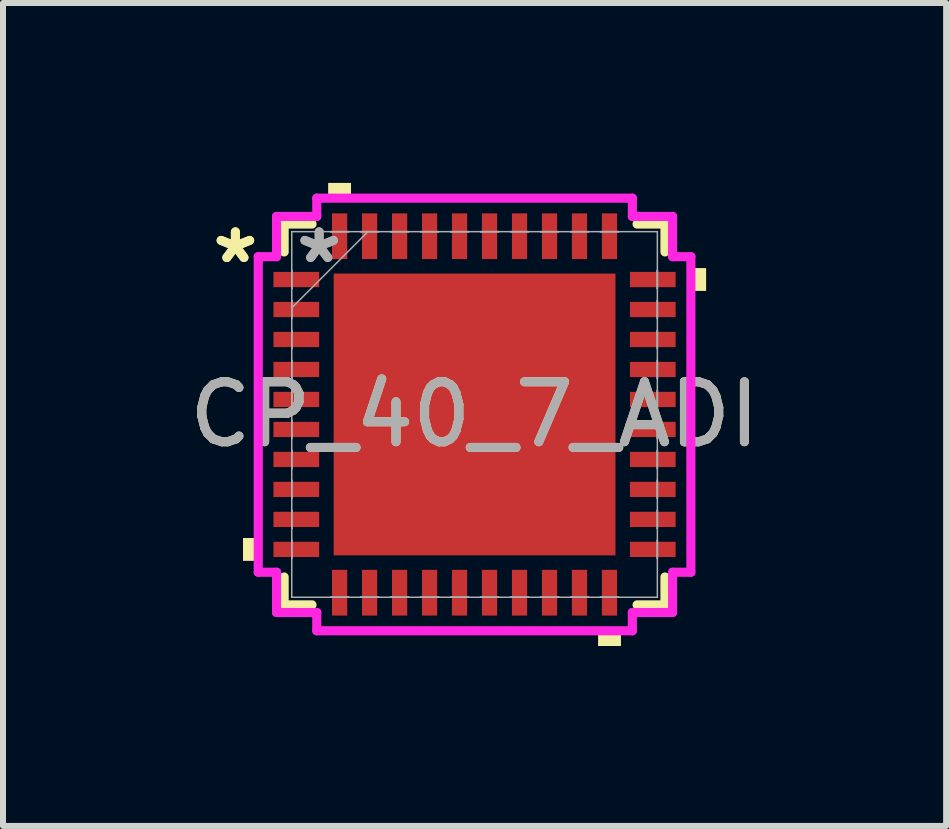
<source format=kicad_pcb>
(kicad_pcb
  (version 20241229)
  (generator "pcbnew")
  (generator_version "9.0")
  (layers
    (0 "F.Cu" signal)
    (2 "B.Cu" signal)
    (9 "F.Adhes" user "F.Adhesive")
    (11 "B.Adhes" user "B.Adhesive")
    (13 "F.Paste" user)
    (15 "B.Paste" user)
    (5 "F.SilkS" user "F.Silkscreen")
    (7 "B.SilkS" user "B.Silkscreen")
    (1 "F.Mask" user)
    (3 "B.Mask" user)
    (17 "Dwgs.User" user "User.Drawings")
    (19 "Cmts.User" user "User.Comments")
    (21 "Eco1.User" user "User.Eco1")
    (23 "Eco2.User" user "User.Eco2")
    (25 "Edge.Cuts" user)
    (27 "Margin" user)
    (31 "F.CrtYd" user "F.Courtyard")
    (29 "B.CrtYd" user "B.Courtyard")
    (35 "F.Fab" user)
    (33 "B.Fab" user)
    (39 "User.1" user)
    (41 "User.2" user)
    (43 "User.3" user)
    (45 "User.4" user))
  (footprint "CP_40_7_ADI"
    (layer "F.Cu")
    (at 4.863 3.861)
    (property "Reference" "CP_40_7_ADI" (at 0 0 0) (unlocked yes) (layer "F.SilkS") (effects (font (size 1 1) (thickness 0.15))))
    (attr smd)
    (fp_line (start -3.175 -3.175) (end -3.175 -2.71) (stroke (width 0.152) (type solid)) (layer "F.SilkS"))
    (fp_line (start -3.175 2.71) (end -3.175 3.175) (stroke (width 0.152) (type solid)) (layer "F.SilkS"))
    (fp_line (start -3.175 3.175) (end -2.71 3.175) (stroke (width 0.152) (type solid)) (layer "F.SilkS"))
    (fp_line (start -2.71 -3.175) (end -3.175 -3.175) (stroke (width 0.152) (type solid)) (layer "F.SilkS"))
    (fp_line (start 2.71 3.175) (end 3.175 3.175) (stroke (width 0.152) (type solid)) (layer "F.SilkS"))
    (fp_line (start 3.175 -3.175) (end 2.71 -3.175) (stroke (width 0.152) (type solid)) (layer "F.SilkS"))
    (fp_line (start 3.175 -2.71) (end 3.175 -3.175) (stroke (width 0.152) (type solid)) (layer "F.SilkS"))
    (fp_line (start 3.175 3.175) (end 3.175 2.71) (stroke (width 0.152) (type solid)) (layer "F.SilkS"))
    (fp_poly (pts (xy -3.861 2.06) (xy -3.861 2.441) (xy -3.607 2.441) (xy -3.607 2.06)) (stroke (width 0) (type solid)) (fill yes) (layer "F.SilkS"))
    (fp_poly (pts (xy -2.441 -3.607) (xy -2.441 -3.861) (xy -2.06 -3.861) (xy -2.06 -3.607)) (stroke (width 0) (type solid)) (fill yes) (layer "F.SilkS"))
    (fp_poly (pts (xy 2.06 3.607) (xy 2.06 3.861) (xy 2.441 3.861) (xy 2.441 3.607)) (stroke (width 0) (type solid)) (fill yes) (layer "F.SilkS"))
    (fp_poly (pts (xy 3.861 -2.441) (xy 3.861 -2.06) (xy 3.607 -2.06) (xy 3.607 -2.441)) (stroke (width 0) (type solid)) (fill yes) (layer "F.SilkS"))
    (fp_poly (pts (xy -2.249 -2.249) (xy -2.249 -0.883) (xy -0.883 -0.883) (xy -0.883 -2.249)) (stroke (width 0) (type solid)) (fill yes) (layer "F.Paste"))
    (fp_poly (pts (xy -2.249 -0.683) (xy -2.249 0.683) (xy -0.883 0.683) (xy -0.883 -0.683)) (stroke (width 0) (type solid)) (fill yes) (layer "F.Paste"))
    (fp_poly (pts (xy -2.249 0.883) (xy -2.249 2.249) (xy -0.883 2.249) (xy -0.883 0.883)) (stroke (width 0) (type solid)) (fill yes) (layer "F.Paste"))
    (fp_poly (pts (xy -0.683 -2.249) (xy -0.683 -0.883) (xy 0.683 -0.883) (xy 0.683 -2.249)) (stroke (width 0) (type solid)) (fill yes) (layer "F.Paste"))
    (fp_poly (pts (xy -0.683 -0.683) (xy -0.683 0.683) (xy 0.683 0.683) (xy 0.683 -0.683)) (stroke (width 0) (type solid)) (fill yes) (layer "F.Paste"))
    (fp_poly (pts (xy -0.683 0.883) (xy -0.683 2.249) (xy 0.683 2.249) (xy 0.683 0.883)) (stroke (width 0) (type solid)) (fill yes) (layer "F.Paste"))
    (fp_poly (pts (xy 0.883 -2.249) (xy 0.883 -0.883) (xy 2.249 -0.883) (xy 2.249 -2.249)) (stroke (width 0) (type solid)) (fill yes) (layer "F.Paste"))
    (fp_poly (pts (xy 0.883 -0.683) (xy 0.883 0.683) (xy 2.249 0.683) (xy 2.249 -0.683)) (stroke (width 0) (type solid)) (fill yes) (layer "F.Paste"))
    (fp_poly (pts (xy 0.883 0.883) (xy 0.883 2.249) (xy 2.249 2.249) (xy 2.249 0.883)) (stroke (width 0) (type solid)) (fill yes) (layer "F.Paste"))
    (fp_line (start -3.607 -2.631) (end -3.302 -2.631) (stroke (width 0.152) (type solid)) (layer "F.CrtYd"))
    (fp_line (start -3.607 2.631) (end -3.607 -2.631) (stroke (width 0.152) (type solid)) (layer "F.CrtYd"))
    (fp_line (start -3.302 -3.302) (end -2.631 -3.302) (stroke (width 0.152) (type solid)) (layer "F.CrtYd"))
    (fp_line (start -3.302 -2.631) (end -3.302 -3.302) (stroke (width 0.152) (type solid)) (layer "F.CrtYd"))
    (fp_line (start -3.302 2.631) (end -3.607 2.631) (stroke (width 0.152) (type solid)) (layer "F.CrtYd"))
    (fp_line (start -3.302 3.302) (end -3.302 2.631) (stroke (width 0.152) (type solid)) (layer "F.CrtYd"))
    (fp_line (start -2.631 -3.607) (end 2.631 -3.607) (stroke (width 0.152) (type solid)) (layer "F.CrtYd"))
    (fp_line (start -2.631 -3.302) (end -2.631 -3.607) (stroke (width 0.152) (type solid)) (layer "F.CrtYd"))
    (fp_line (start -2.631 3.302) (end -3.302 3.302) (stroke (width 0.152) (type solid)) (layer "F.CrtYd"))
    (fp_line (start -2.631 3.607) (end -2.631 3.302) (stroke (width 0.152) (type solid)) (layer "F.CrtYd"))
    (fp_line (start 2.631 -3.607) (end 2.631 -3.302) (stroke (width 0.152) (type solid)) (layer "F.CrtYd"))
    (fp_line (start 2.631 -3.302) (end 3.302 -3.302) (stroke (width 0.152) (type solid)) (layer "F.CrtYd"))
    (fp_line (start 2.631 3.302) (end 2.631 3.607) (stroke (width 0.152) (type solid)) (layer "F.CrtYd"))
    (fp_line (start 2.631 3.607) (end -2.631 3.607) (stroke (width 0.152) (type solid)) (layer "F.CrtYd"))
    (fp_line (start 3.302 -3.302) (end 3.302 -2.631) (stroke (width 0.152) (type solid)) (layer "F.CrtYd"))
    (fp_line (start 3.302 -2.631) (end 3.607 -2.631) (stroke (width 0.152) (type solid)) (layer "F.CrtYd"))
    (fp_line (start 3.302 2.631) (end 3.302 3.302) (stroke (width 0.152) (type solid)) (layer "F.CrtYd"))
    (fp_line (start 3.302 3.302) (end 2.631 3.302) (stroke (width 0.152) (type solid)) (layer "F.CrtYd"))
    (fp_line (start 3.607 -2.631) (end 3.607 2.631) (stroke (width 0.152) (type solid)) (layer "F.CrtYd"))
    (fp_line (start 3.607 2.631) (end 3.302 2.631) (stroke (width 0.152) (type solid)) (layer "F.CrtYd"))
    (fp_line (start -3.048 -3.048) (end -3.048 -3.048) (stroke (width 0.025) (type solid)) (layer "F.Fab"))
    (fp_line (start -3.048 -3.048) (end -3.048 3.048) (stroke (width 0.025) (type solid)) (layer "F.Fab"))
    (fp_line (start -3.048 -2.402) (end -3.048 -2.402) (stroke (width 0.025) (type solid)) (layer "F.Fab"))
    (fp_line (start -3.048 -2.402) (end -3.048 -2.098) (stroke (width 0.025) (type solid)) (layer "F.Fab"))
    (fp_line (start -3.048 -2.098) (end -3.048 -2.402) (stroke (width 0.025) (type solid)) (layer "F.Fab"))
    (fp_line (start -3.048 -2.098) (end -3.048 -2.098) (stroke (width 0.025) (type solid)) (layer "F.Fab"))
    (fp_line (start -3.048 -1.902) (end -3.048 -1.902) (stroke (width 0.025) (type solid)) (layer "F.Fab"))
    (fp_line (start -3.048 -1.902) (end -3.048 -1.598) (stroke (width 0.025) (type solid)) (layer "F.Fab"))
    (fp_line (start -3.048 -1.778) (end -1.778 -3.048) (stroke (width 0.025) (type solid)) (layer "F.Fab"))
    (fp_line (start -3.048 -1.598) (end -3.048 -1.902) (stroke (width 0.025) (type solid)) (layer "F.Fab"))
    (fp_line (start -3.048 -1.598) (end -3.048 -1.598) (stroke (width 0.025) (type solid)) (layer "F.Fab"))
    (fp_line (start -3.048 -1.402) (end -3.048 -1.402) (stroke (width 0.025) (type solid)) (layer "F.Fab"))
    (fp_line (start -3.048 -1.402) (end -3.048 -1.098) (stroke (width 0.025) (type solid)) (layer "F.Fab"))
    (fp_line (start -3.048 -1.098) (end -3.048 -1.402) (stroke (width 0.025) (type solid)) (layer "F.Fab"))
    (fp_line (start -3.048 -1.098) (end -3.048 -1.098) (stroke (width 0.025) (type solid)) (layer "F.Fab"))
    (fp_line (start -3.048 -0.902) (end -3.048 -0.902) (stroke (width 0.025) (type solid)) (layer "F.Fab"))
    (fp_line (start -3.048 -0.902) (end -3.048 -0.598) (stroke (width 0.025) (type solid)) (layer "F.Fab"))
    (fp_line (start -3.048 -0.598) (end -3.048 -0.902) (stroke (width 0.025) (type solid)) (layer "F.Fab"))
    (fp_line (start -3.048 -0.598) (end -3.048 -0.598) (stroke (width 0.025) (type solid)) (layer "F.Fab"))
    (fp_line (start -3.048 -0.402) (end -3.048 -0.402) (stroke (width 0.025) (type solid)) (layer "F.Fab"))
    (fp_line (start -3.048 -0.402) (end -3.048 -0.098) (stroke (width 0.025) (type solid)) (layer "F.Fab"))
    (fp_line (start -3.048 -0.098) (end -3.048 -0.402) (stroke (width 0.025) (type solid)) (layer "F.Fab"))
    (fp_line (start -3.048 -0.098) (end -3.048 -0.098) (stroke (width 0.025) (type solid)) (layer "F.Fab"))
    (fp_line (start -3.048 0.098) (end -3.048 0.098) (stroke (width 0.025) (type solid)) (layer "F.Fab"))
    (fp_line (start -3.048 0.098) (end -3.048 0.402) (stroke (width 0.025) (type solid)) (layer "F.Fab"))
    (fp_line (start -3.048 0.402) (end -3.048 0.098) (stroke (width 0.025) (type solid)) (layer "F.Fab"))
    (fp_line (start -3.048 0.402) (end -3.048 0.402) (stroke (width 0.025) (type solid)) (layer "F.Fab"))
    (fp_line (start -3.048 0.598) (end -3.048 0.598) (stroke (width 0.025) (type solid)) (layer "F.Fab"))
    (fp_line (start -3.048 0.598) (end -3.048 0.902) (stroke (width 0.025) (type solid)) (layer "F.Fab"))
    (fp_line (start -3.048 0.902) (end -3.048 0.598) (stroke (width 0.025) (type solid)) (layer "F.Fab"))
    (fp_line (start -3.048 0.902) (end -3.048 0.902) (stroke (width 0.025) (type solid)) (layer "F.Fab"))
    (fp_line (start -3.048 1.098) (end -3.048 1.098) (stroke (width 0.025) (type solid)) (layer "F.Fab"))
    (fp_line (start -3.048 1.098) (end -3.048 1.402) (stroke (width 0.025) (type solid)) (layer "F.Fab"))
    (fp_line (start -3.048 1.402) (end -3.048 1.098) (stroke (width 0.025) (type solid)) (layer "F.Fab"))
    (fp_line (start -3.048 1.402) (end -3.048 1.402) (stroke (width 0.025) (type solid)) (layer "F.Fab"))
    (fp_line (start -3.048 1.598) (end -3.048 1.598) (stroke (width 0.025) (type solid)) (layer "F.Fab"))
    (fp_line (start -3.048 1.598) (end -3.048 1.902) (stroke (width 0.025) (type solid)) (layer "F.Fab"))
    (fp_line (start -3.048 1.902) (end -3.048 1.598) (stroke (width 0.025) (type solid)) (layer "F.Fab"))
    (fp_line (start -3.048 1.902) (end -3.048 1.902) (stroke (width 0.025) (type solid)) (layer "F.Fab"))
    (fp_line (start -3.048 2.098) (end -3.048 2.098) (stroke (width 0.025) (type solid)) (layer "F.Fab"))
    (fp_line (start -3.048 2.098) (end -3.048 2.402) (stroke (width 0.025) (type solid)) (layer "F.Fab"))
    (fp_line (start -3.048 2.402) (end -3.048 2.098) (stroke (width 0.025) (type solid)) (layer "F.Fab"))
    (fp_line (start -3.048 2.402) (end -3.048 2.402) (stroke (width 0.025) (type solid)) (layer "F.Fab"))
    (fp_line (start -3.048 3.048) (end -3.048 3.048) (stroke (width 0.025) (type solid)) (layer "F.Fab"))
    (fp_line (start -3.048 3.048) (end 3.048 3.048) (stroke (width 0.025) (type solid)) (layer "F.Fab"))
    (fp_line (start -2.402 -3.048) (end -2.402 -3.048) (stroke (width 0.025) (type solid)) (layer "F.Fab"))
    (fp_line (start -2.402 -3.048) (end -2.098 -3.048) (stroke (width 0.025) (type solid)) (layer "F.Fab"))
    (fp_line (start -2.402 3.048) (end -2.402 3.048) (stroke (width 0.025) (type solid)) (layer "F.Fab"))
    (fp_line (start -2.402 3.048) (end -2.098 3.048) (stroke (width 0.025) (type solid)) (layer "F.Fab"))
    (fp_line (start -2.098 -3.048) (end -2.402 -3.048) (stroke (width 0.025) (type solid)) (layer "F.Fab"))
    (fp_line (start -2.098 -3.048) (end -2.098 -3.048) (stroke (width 0.025) (type solid)) (layer "F.Fab"))
    (fp_line (start -2.098 3.048) (end -2.402 3.048) (stroke (width 0.025) (type solid)) (layer "F.Fab"))
    (fp_line (start -2.098 3.048) (end -2.098 3.048) (stroke (width 0.025) (type solid)) (layer "F.Fab"))
    (fp_line (start -1.902 -3.048) (end -1.902 -3.048) (stroke (width 0.025) (type solid)) (layer "F.Fab"))
    (fp_line (start -1.902 -3.048) (end -1.598 -3.048) (stroke (width 0.025) (type solid)) (layer "F.Fab"))
    (fp_line (start -1.902 3.048) (end -1.902 3.048) (stroke (width 0.025) (type solid)) (layer "F.Fab"))
    (fp_line (start -1.902 3.048) (end -1.598 3.048) (stroke (width 0.025) (type solid)) (layer "F.Fab"))
    (fp_line (start -1.598 -3.048) (end -1.902 -3.048) (stroke (width 0.025) (type solid)) (layer "F.Fab"))
    (fp_line (start -1.598 -3.048) (end -1.598 -3.048) (stroke (width 0.025) (type solid)) (layer "F.Fab"))
    (fp_line (start -1.598 3.048) (end -1.902 3.048) (stroke (width 0.025) (type solid)) (layer "F.Fab"))
    (fp_line (start -1.598 3.048) (end -1.598 3.048) (stroke (width 0.025) (type solid)) (layer "F.Fab"))
    (fp_line (start -1.402 -3.048) (end -1.402 -3.048) (stroke (width 0.025) (type solid)) (layer "F.Fab"))
    (fp_line (start -1.402 -3.048) (end -1.098 -3.048) (stroke (width 0.025) (type solid)) (layer "F.Fab"))
    (fp_line (start -1.402 3.048) (end -1.402 3.048) (stroke (width 0.025) (type solid)) (layer "F.Fab"))
    (fp_line (start -1.402 3.048) (end -1.098 3.048) (stroke (width 0.025) (type solid)) (layer "F.Fab"))
    (fp_line (start -1.098 -3.048) (end -1.402 -3.048) (stroke (width 0.025) (type solid)) (layer "F.Fab"))
    (fp_line (start -1.098 -3.048) (end -1.098 -3.048) (stroke (width 0.025) (type solid)) (layer "F.Fab"))
    (fp_line (start -1.098 3.048) (end -1.402 3.048) (stroke (width 0.025) (type solid)) (layer "F.Fab"))
    (fp_line (start -1.098 3.048) (end -1.098 3.048) (stroke (width 0.025) (type solid)) (layer "F.Fab"))
    (fp_line (start -0.902 -3.048) (end -0.902 -3.048) (stroke (width 0.025) (type solid)) (layer "F.Fab"))
    (fp_line (start -0.902 -3.048) (end -0.598 -3.048) (stroke (width 0.025) (type solid)) (layer "F.Fab"))
    (fp_line (start -0.902 3.048) (end -0.902 3.048) (stroke (width 0.025) (type solid)) (layer "F.Fab"))
    (fp_line (start -0.902 3.048) (end -0.598 3.048) (stroke (width 0.025) (type solid)) (layer "F.Fab"))
    (fp_line (start -0.598 -3.048) (end -0.902 -3.048) (stroke (width 0.025) (type solid)) (layer "F.Fab"))
    (fp_line (start -0.598 -3.048) (end -0.598 -3.048) (stroke (width 0.025) (type solid)) (layer "F.Fab"))
    (fp_line (start -0.598 3.048) (end -0.902 3.048) (stroke (width 0.025) (type solid)) (layer "F.Fab"))
    (fp_line (start -0.598 3.048) (end -0.598 3.048) (stroke (width 0.025) (type solid)) (layer "F.Fab"))
    (fp_line (start -0.402 -3.048) (end -0.402 -3.048) (stroke (width 0.025) (type solid)) (layer "F.Fab"))
    (fp_line (start -0.402 -3.048) (end -0.098 -3.048) (stroke (width 0.025) (type solid)) (layer "F.Fab"))
    (fp_line (start -0.402 3.048) (end -0.402 3.048) (stroke (width 0.025) (type solid)) (layer "F.Fab"))
    (fp_line (start -0.402 3.048) (end -0.098 3.048) (stroke (width 0.025) (type solid)) (layer "F.Fab"))
    (fp_line (start -0.098 -3.048) (end -0.402 -3.048) (stroke (width 0.025) (type solid)) (layer "F.Fab"))
    (fp_line (start -0.098 -3.048) (end -0.098 -3.048) (stroke (width 0.025) (type solid)) (layer "F.Fab"))
    (fp_line (start -0.098 3.048) (end -0.402 3.048) (stroke (width 0.025) (type solid)) (layer "F.Fab"))
    (fp_line (start -0.098 3.048) (end -0.098 3.048) (stroke (width 0.025) (type solid)) (layer "F.Fab"))
    (fp_line (start 0.098 -3.048) (end 0.098 -3.048) (stroke (width 0.025) (type solid)) (layer "F.Fab"))
    (fp_line (start 0.098 -3.048) (end 0.402 -3.048) (stroke (width 0.025) (type solid)) (layer "F.Fab"))
    (fp_line (start 0.098 3.048) (end 0.098 3.048) (stroke (width 0.025) (type solid)) (layer "F.Fab"))
    (fp_line (start 0.098 3.048) (end 0.402 3.048) (stroke (width 0.025) (type solid)) (layer "F.Fab"))
    (fp_line (start 0.402 -3.048) (end 0.098 -3.048) (stroke (width 0.025) (type solid)) (layer "F.Fab"))
    (fp_line (start 0.402 -3.048) (end 0.402 -3.048) (stroke (width 0.025) (type solid)) (layer "F.Fab"))
    (fp_line (start 0.402 3.048) (end 0.098 3.048) (stroke (width 0.025) (type solid)) (layer "F.Fab"))
    (fp_line (start 0.402 3.048) (end 0.402 3.048) (stroke (width 0.025) (type solid)) (layer "F.Fab"))
    (fp_line (start 0.598 -3.048) (end 0.598 -3.048) (stroke (width 0.025) (type solid)) (layer "F.Fab"))
    (fp_line (start 0.598 -3.048) (end 0.902 -3.048) (stroke (width 0.025) (type solid)) (layer "F.Fab"))
    (fp_line (start 0.598 3.048) (end 0.598 3.048) (stroke (width 0.025) (type solid)) (layer "F.Fab"))
    (fp_line (start 0.598 3.048) (end 0.902 3.048) (stroke (width 0.025) (type solid)) (layer "F.Fab"))
    (fp_line (start 0.902 -3.048) (end 0.598 -3.048) (stroke (width 0.025) (type solid)) (layer "F.Fab"))
    (fp_line (start 0.902 -3.048) (end 0.902 -3.048) (stroke (width 0.025) (type solid)) (layer "F.Fab"))
    (fp_line (start 0.902 3.048) (end 0.598 3.048) (stroke (width 0.025) (type solid)) (layer "F.Fab"))
    (fp_line (start 0.902 3.048) (end 0.902 3.048) (stroke (width 0.025) (type solid)) (layer "F.Fab"))
    (fp_line (start 1.098 -3.048) (end 1.098 -3.048) (stroke (width 0.025) (type solid)) (layer "F.Fab"))
    (fp_line (start 1.098 -3.048) (end 1.402 -3.048) (stroke (width 0.025) (type solid)) (layer "F.Fab"))
    (fp_line (start 1.098 3.048) (end 1.098 3.048) (stroke (width 0.025) (type solid)) (layer "F.Fab"))
    (fp_line (start 1.098 3.048) (end 1.402 3.048) (stroke (width 0.025) (type solid)) (layer "F.Fab"))
    (fp_line (start 1.402 -3.048) (end 1.098 -3.048) (stroke (width 0.025) (type solid)) (layer "F.Fab"))
    (fp_line (start 1.402 -3.048) (end 1.402 -3.048) (stroke (width 0.025) (type solid)) (layer "F.Fab"))
    (fp_line (start 1.402 3.048) (end 1.098 3.048) (stroke (width 0.025) (type solid)) (layer "F.Fab"))
    (fp_line (start 1.402 3.048) (end 1.402 3.048) (stroke (width 0.025) (type solid)) (layer "F.Fab"))
    (fp_line (start 1.598 -3.048) (end 1.598 -3.048) (stroke (width 0.025) (type solid)) (layer "F.Fab"))
    (fp_line (start 1.598 -3.048) (end 1.902 -3.048) (stroke (width 0.025) (type solid)) (layer "F.Fab"))
    (fp_line (start 1.598 3.048) (end 1.598 3.048) (stroke (width 0.025) (type solid)) (layer "F.Fab"))
    (fp_line (start 1.598 3.048) (end 1.902 3.048) (stroke (width 0.025) (type solid)) (layer "F.Fab"))
    (fp_line (start 1.902 -3.048) (end 1.598 -3.048) (stroke (width 0.025) (type solid)) (layer "F.Fab"))
    (fp_line (start 1.902 -3.048) (end 1.902 -3.048) (stroke (width 0.025) (type solid)) (layer "F.Fab"))
    (fp_line (start 1.902 3.048) (end 1.598 3.048) (stroke (width 0.025) (type solid)) (layer "F.Fab"))
    (fp_line (start 1.902 3.048) (end 1.902 3.048) (stroke (width 0.025) (type solid)) (layer "F.Fab"))
    (fp_line (start 2.098 -3.048) (end 2.098 -3.048) (stroke (width 0.025) (type solid)) (layer "F.Fab"))
    (fp_line (start 2.098 -3.048) (end 2.402 -3.048) (stroke (width 0.025) (type solid)) (layer "F.Fab"))
    (fp_line (start 2.098 3.048) (end 2.098 3.048) (stroke (width 0.025) (type solid)) (layer "F.Fab"))
    (fp_line (start 2.098 3.048) (end 2.402 3.048) (stroke (width 0.025) (type solid)) (layer "F.Fab"))
    (fp_line (start 2.402 -3.048) (end 2.098 -3.048) (stroke (width 0.025) (type solid)) (layer "F.Fab"))
    (fp_line (start 2.402 -3.048) (end 2.402 -3.048) (stroke (width 0.025) (type solid)) (layer "F.Fab"))
    (fp_line (start 2.402 3.048) (end 2.098 3.048) (stroke (width 0.025) (type solid)) (layer "F.Fab"))
    (fp_line (start 2.402 3.048) (end 2.402 3.048) (stroke (width 0.025) (type solid)) (layer "F.Fab"))
    (fp_line (start 3.048 -3.048) (end -3.048 -3.048) (stroke (width 0.025) (type solid)) (layer "F.Fab"))
    (fp_line (start 3.048 -3.048) (end 3.048 -3.048) (stroke (width 0.025) (type solid)) (layer "F.Fab"))
    (fp_line (start 3.048 -2.402) (end 3.048 -2.402) (stroke (width 0.025) (type solid)) (layer "F.Fab"))
    (fp_line (start 3.048 -2.402) (end 3.048 -2.098) (stroke (width 0.025) (type solid)) (layer "F.Fab"))
    (fp_line (start 3.048 -2.098) (end 3.048 -2.402) (stroke (width 0.025) (type solid)) (layer "F.Fab"))
    (fp_line (start 3.048 -2.098) (end 3.048 -2.098) (stroke (width 0.025) (type solid)) (layer "F.Fab"))
    (fp_line (start 3.048 -1.902) (end 3.048 -1.902) (stroke (width 0.025) (type solid)) (layer "F.Fab"))
    (fp_line (start 3.048 -1.902) (end 3.048 -1.598) (stroke (width 0.025) (type solid)) (layer "F.Fab"))
    (fp_line (start 3.048 -1.598) (end 3.048 -1.902) (stroke (width 0.025) (type solid)) (layer "F.Fab"))
    (fp_line (start 3.048 -1.598) (end 3.048 -1.598) (stroke (width 0.025) (type solid)) (layer "F.Fab"))
    (fp_line (start 3.048 -1.402) (end 3.048 -1.402) (stroke (width 0.025) (type solid)) (layer "F.Fab"))
    (fp_line (start 3.048 -1.402) (end 3.048 -1.098) (stroke (width 0.025) (type solid)) (layer "F.Fab"))
    (fp_line (start 3.048 -1.098) (end 3.048 -1.402) (stroke (width 0.025) (type solid)) (layer "F.Fab"))
    (fp_line (start 3.048 -1.098) (end 3.048 -1.098) (stroke (width 0.025) (type solid)) (layer "F.Fab"))
    (fp_line (start 3.048 -0.902) (end 3.048 -0.902) (stroke (width 0.025) (type solid)) (layer "F.Fab"))
    (fp_line (start 3.048 -0.902) (end 3.048 -0.598) (stroke (width 0.025) (type solid)) (layer "F.Fab"))
    (fp_line (start 3.048 -0.598) (end 3.048 -0.902) (stroke (width 0.025) (type solid)) (layer "F.Fab"))
    (fp_line (start 3.048 -0.598) (end 3.048 -0.598) (stroke (width 0.025) (type solid)) (layer "F.Fab"))
    (fp_line (start 3.048 -0.402) (end 3.048 -0.402) (stroke (width 0.025) (type solid)) (layer "F.Fab"))
    (fp_line (start 3.048 -0.402) (end 3.048 -0.098) (stroke (width 0.025) (type solid)) (layer "F.Fab"))
    (fp_line (start 3.048 -0.098) (end 3.048 -0.402) (stroke (width 0.025) (type solid)) (layer "F.Fab"))
    (fp_line (start 3.048 -0.098) (end 3.048 -0.098) (stroke (width 0.025) (type solid)) (layer "F.Fab"))
    (fp_line (start 3.048 0.098) (end 3.048 0.098) (stroke (width 0.025) (type solid)) (layer "F.Fab"))
    (fp_line (start 3.048 0.098) (end 3.048 0.402) (stroke (width 0.025) (type solid)) (layer "F.Fab"))
    (fp_line (start 3.048 0.402) (end 3.048 0.098) (stroke (width 0.025) (type solid)) (layer "F.Fab"))
    (fp_line (start 3.048 0.402) (end 3.048 0.402) (stroke (width 0.025) (type solid)) (layer "F.Fab"))
    (fp_line (start 3.048 0.598) (end 3.048 0.598) (stroke (width 0.025) (type solid)) (layer "F.Fab"))
    (fp_line (start 3.048 0.598) (end 3.048 0.902) (stroke (width 0.025) (type solid)) (layer "F.Fab"))
    (fp_line (start 3.048 0.902) (end 3.048 0.598) (stroke (width 0.025) (type solid)) (layer "F.Fab"))
    (fp_line (start 3.048 0.902) (end 3.048 0.902) (stroke (width 0.025) (type solid)) (layer "F.Fab"))
    (fp_line (start 3.048 1.098) (end 3.048 1.098) (stroke (width 0.025) (type solid)) (layer "F.Fab"))
    (fp_line (start 3.048 1.098) (end 3.048 1.402) (stroke (width 0.025) (type solid)) (layer "F.Fab"))
    (fp_line (start 3.048 1.402) (end 3.048 1.098) (stroke (width 0.025) (type solid)) (layer "F.Fab"))
    (fp_line (start 3.048 1.402) (end 3.048 1.402) (stroke (width 0.025) (type solid)) (layer "F.Fab"))
    (fp_line (start 3.048 1.598) (end 3.048 1.598) (stroke (width 0.025) (type solid)) (layer "F.Fab"))
    (fp_line (start 3.048 1.598) (end 3.048 1.902) (stroke (width 0.025) (type solid)) (layer "F.Fab"))
    (fp_line (start 3.048 1.902) (end 3.048 1.598) (stroke (width 0.025) (type solid)) (layer "F.Fab"))
    (fp_line (start 3.048 1.902) (end 3.048 1.902) (stroke (width 0.025) (type solid)) (layer "F.Fab"))
    (fp_line (start 3.048 2.098) (end 3.048 2.098) (stroke (width 0.025) (type solid)) (layer "F.Fab"))
    (fp_line (start 3.048 2.098) (end 3.048 2.402) (stroke (width 0.025) (type solid)) (layer "F.Fab"))
    (fp_line (start 3.048 2.402) (end 3.048 2.098) (stroke (width 0.025) (type solid)) (layer "F.Fab"))
    (fp_line (start 3.048 2.402) (end 3.048 2.402) (stroke (width 0.025) (type solid)) (layer "F.Fab"))
    (fp_line (start 3.048 3.048) (end 3.048 -3.048) (stroke (width 0.025) (type solid)) (layer "F.Fab"))
    (fp_line (start 3.048 3.048) (end 3.048 3.048) (stroke (width 0.025) (type solid)) (layer "F.Fab"))
    (fp_text user "*" (at -3.988 -2.5 0) (layer "F.SilkS") (effects (font (size 1 1) (thickness 0.15))))
    (fp_text user "*" (at -3.988 -2.5 0) (unlocked yes) (layer "F.SilkS") (effects (font (size 1 1) (thickness 0.15))))
    (fp_text user "*" (at -2.591 -2.5 0) (unlocked yes) (layer "F.Fab") (effects (font (size 1 1) (thickness 0.15))))
    (fp_text user "*" (at -2.591 -2.5 0) (layer "F.Fab") (effects (font (size 1 1) (thickness 0.15))))
    (fp_text user "${REFERENCE}" (at 0 0 0) (unlocked yes) (layer "F.Fab") (effects (font (size 1 1) (thickness 0.15))))
    (pad "1" smd rect (at -2.972 -2.25 90) (size 0.254 0.762) (layers "F.Cu" "F.Mask" "F.Paste"))
    (pad "2" smd rect (at -2.972 -1.75 90) (size 0.254 0.762) (layers "F.Cu" "F.Mask" "F.Paste"))
    (pad "3" smd rect (at -2.972 -1.25 90) (size 0.254 0.762) (layers "F.Cu" "F.Mask" "F.Paste"))
    (pad "4" smd rect (at -2.972 -0.75 90) (size 0.254 0.762) (layers "F.Cu" "F.Mask" "F.Paste"))
    (pad "5" smd rect (at -2.972 -0.25 90) (size 0.254 0.762) (layers "F.Cu" "F.Mask" "F.Paste"))
    (pad "6" smd rect (at -2.972 0.25 90) (size 0.254 0.762) (layers "F.Cu" "F.Mask" "F.Paste"))
    (pad "7" smd rect (at -2.972 0.75 90) (size 0.254 0.762) (layers "F.Cu" "F.Mask" "F.Paste"))
    (pad "8" smd rect (at -2.972 1.25 90) (size 0.254 0.762) (layers "F.Cu" "F.Mask" "F.Paste"))
    (pad "9" smd rect (at -2.972 1.75 90) (size 0.254 0.762) (layers "F.Cu" "F.Mask" "F.Paste"))
    (pad "10" smd rect (at -2.972 2.25 90) (size 0.254 0.762) (layers "F.Cu" "F.Mask" "F.Paste"))
    (pad "11" smd rect (at -2.25 2.972) (size 0.254 0.762) (layers "F.Cu" "F.Mask" "F.Paste"))
    (pad "12" smd rect (at -1.75 2.972) (size 0.254 0.762) (layers "F.Cu" "F.Mask" "F.Paste"))
    (pad "13" smd rect (at -1.25 2.972) (size 0.254 0.762) (layers "F.Cu" "F.Mask" "F.Paste"))
    (pad "14" smd rect (at -0.75 2.972) (size 0.254 0.762) (layers "F.Cu" "F.Mask" "F.Paste"))
    (pad "15" smd rect (at -0.25 2.972) (size 0.254 0.762) (layers "F.Cu" "F.Mask" "F.Paste"))
    (pad "16" smd rect (at 0.25 2.972) (size 0.254 0.762) (layers "F.Cu" "F.Mask" "F.Paste"))
    (pad "17" smd rect (at 0.75 2.972) (size 0.254 0.762) (layers "F.Cu" "F.Mask" "F.Paste"))
    (pad "18" smd rect (at 1.25 2.972) (size 0.254 0.762) (layers "F.Cu" "F.Mask" "F.Paste"))
    (pad "19" smd rect (at 1.75 2.972) (size 0.254 0.762) (layers "F.Cu" "F.Mask" "F.Paste"))
    (pad "20" smd rect (at 2.25 2.972) (size 0.254 0.762) (layers "F.Cu" "F.Mask" "F.Paste"))
    (pad "21" smd rect (at 2.972 2.25 90) (size 0.254 0.762) (layers "F.Cu" "F.Mask" "F.Paste"))
    (pad "22" smd rect (at 2.972 1.75 90) (size 0.254 0.762) (layers "F.Cu" "F.Mask" "F.Paste"))
    (pad "23" smd rect (at 2.972 1.25 90) (size 0.254 0.762) (layers "F.Cu" "F.Mask" "F.Paste"))
    (pad "24" smd rect (at 2.972 0.75 90) (size 0.254 0.762) (layers "F.Cu" "F.Mask" "F.Paste"))
    (pad "25" smd rect (at 2.972 0.25 90) (size 0.254 0.762) (layers "F.Cu" "F.Mask" "F.Paste"))
    (pad "26" smd rect (at 2.972 -0.25 90) (size 0.254 0.762) (layers "F.Cu" "F.Mask" "F.Paste"))
    (pad "27" smd rect (at 2.972 -0.75 90) (size 0.254 0.762) (layers "F.Cu" "F.Mask" "F.Paste"))
    (pad "28" smd rect (at 2.972 -1.25 90) (size 0.254 0.762) (layers "F.Cu" "F.Mask" "F.Paste"))
    (pad "29" smd rect (at 2.972 -1.75 90) (size 0.254 0.762) (layers "F.Cu" "F.Mask" "F.Paste"))
    (pad "30" smd rect (at 2.972 -2.25 90) (size 0.254 0.762) (layers "F.Cu" "F.Mask" "F.Paste"))
    (pad "31" smd rect (at 2.25 -2.972) (size 0.254 0.762) (layers "F.Cu" "F.Mask" "F.Paste"))
    (pad "32" smd rect (at 1.75 -2.972) (size 0.254 0.762) (layers "F.Cu" "F.Mask" "F.Paste"))
    (pad "33" smd rect (at 1.25 -2.972) (size 0.254 0.762) (layers "F.Cu" "F.Mask" "F.Paste"))
    (pad "34" smd rect (at 0.75 -2.972) (size 0.254 0.762) (layers "F.Cu" "F.Mask" "F.Paste"))
    (pad "35" smd rect (at 0.25 -2.972) (size 0.254 0.762) (layers "F.Cu" "F.Mask" "F.Paste"))
    (pad "36" smd rect (at -0.25 -2.972) (size 0.254 0.762) (layers "F.Cu" "F.Mask" "F.Paste"))
    (pad "37" smd rect (at -0.75 -2.972) (size 0.254 0.762) (layers "F.Cu" "F.Mask" "F.Paste"))
    (pad "38" smd rect (at -1.25 -2.972) (size 0.254 0.762) (layers "F.Cu" "F.Mask" "F.Paste"))
    (pad "39" smd rect (at -1.75 -2.972) (size 0.254 0.762) (layers "F.Cu" "F.Mask" "F.Paste"))
    (pad "40" smd rect (at -2.25 -2.972) (size 0.254 0.762) (layers "F.Cu" "F.Mask" "F.Paste"))
    (pad "41" smd rect (at 0 0) (size 4.699 4.699) (layers "F.Cu" "F.Mask")))
  (gr_rect
    (start -3 -3)
    (end 12.726 10.722)
    (stroke (width 0.1) (type default))
    (fill no)
    (layer "Edge.Cuts")))
</source>
